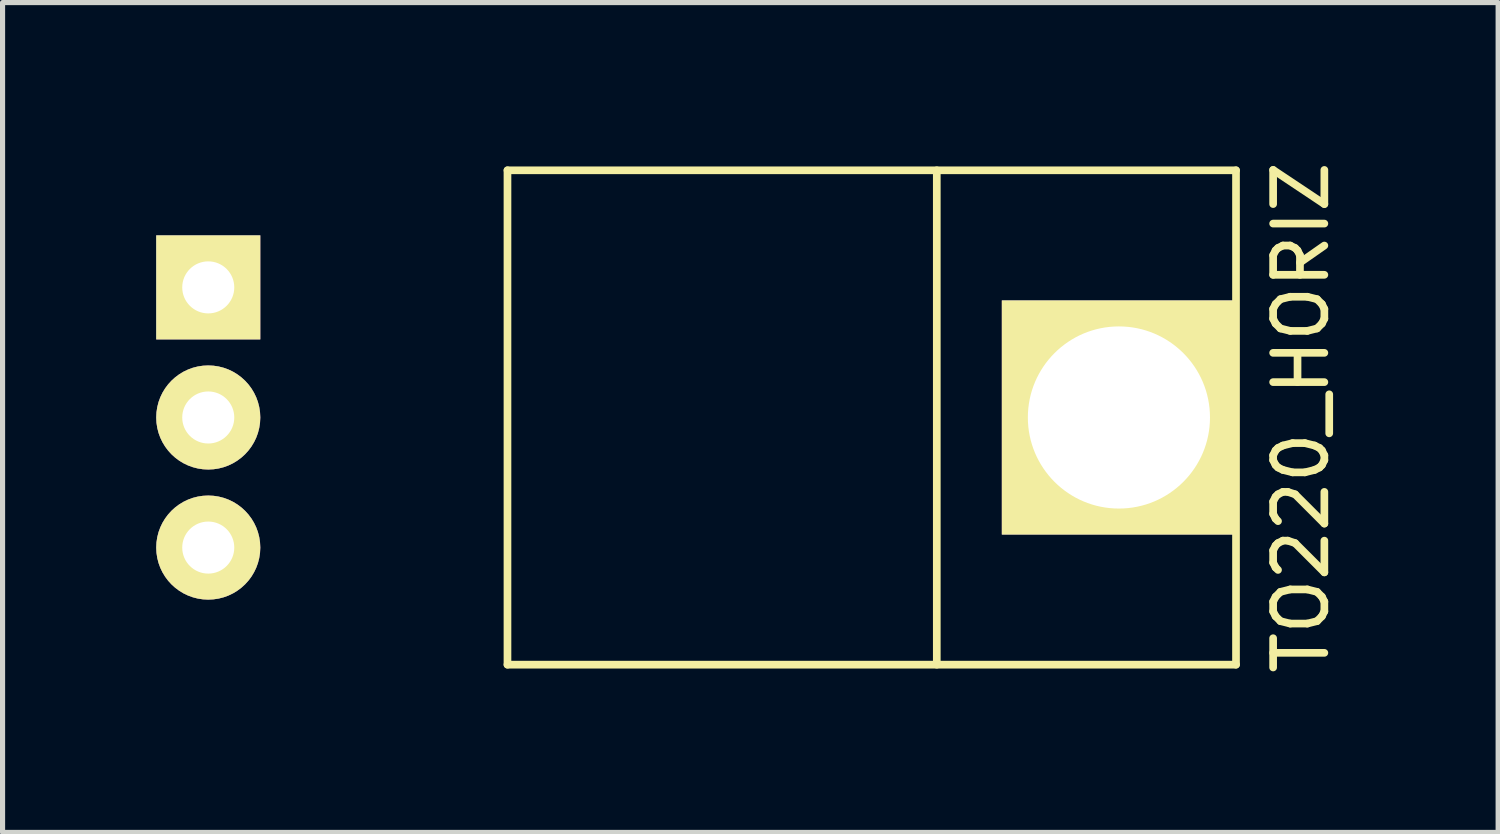
<source format=kicad_pcb>
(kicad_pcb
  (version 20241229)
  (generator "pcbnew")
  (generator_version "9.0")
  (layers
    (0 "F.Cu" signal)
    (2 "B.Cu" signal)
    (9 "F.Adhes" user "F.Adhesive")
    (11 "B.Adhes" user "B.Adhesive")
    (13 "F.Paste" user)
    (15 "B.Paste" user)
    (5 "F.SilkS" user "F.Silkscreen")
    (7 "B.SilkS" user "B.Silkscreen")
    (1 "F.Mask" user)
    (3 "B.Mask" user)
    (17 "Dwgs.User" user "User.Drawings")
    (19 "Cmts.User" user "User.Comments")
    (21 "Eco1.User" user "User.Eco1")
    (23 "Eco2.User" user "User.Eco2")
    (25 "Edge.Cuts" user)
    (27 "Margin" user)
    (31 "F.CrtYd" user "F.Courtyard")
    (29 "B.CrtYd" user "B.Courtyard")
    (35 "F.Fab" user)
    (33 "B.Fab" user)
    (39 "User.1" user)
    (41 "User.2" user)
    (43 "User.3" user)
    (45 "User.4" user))
  (footprint "TO220_HORIZ"
    (layer "F.Cu")
    (at 1.016 5.101)
    (property "Reference" "TO220_HORIZ" (at 21.336 0 90) (layer "F.SilkS") (effects (font (size 1 1) (thickness 0.15))))
    (attr through_hole)
    (fp_line (start 5.842 -4.826) (end 5.842 4.826) (stroke (width 0.15) (type solid)) (layer "F.SilkS"))
    (fp_line (start 5.842 4.826) (end 20.066 4.826) (stroke (width 0.15) (type solid)) (layer "F.SilkS"))
    (fp_line (start 14.224 -4.826) (end 14.224 4.826) (stroke (width 0.15) (type solid)) (layer "F.SilkS"))
    (fp_line (start 20.066 -4.826) (end 5.842 -4.826) (stroke (width 0.15) (type solid)) (layer "F.SilkS"))
    (fp_line (start 20.066 4.826) (end 20.066 -4.826) (stroke (width 0.15) (type solid)) (layer "F.SilkS"))
    (pad "" thru_hole rect (at 17.78 0) (size 4.572 4.572) (drill 3.556) (layers "*.Cu" "*.Mask" "F.SilkS"))
    (pad "1" thru_hole rect (at 0 -2.54) (size 2.032 2.032) (drill 1.016) (layers "*.Cu" "*.Mask" "F.SilkS"))
    (pad "2" thru_hole circle (at 0 0) (size 2.032 2.032) (drill 1.016) (layers "*.Cu" "*.Mask" "F.SilkS"))
    (pad "3" thru_hole circle (at 0 2.54) (size 2.032 2.032) (drill 1.016) (layers "*.Cu" "*.Mask" "F.SilkS")))
  (gr_rect
    (start -3 -3)
    (end 26.2 13.202)
    (stroke (width 0.1) (type default))
    (fill no)
    (layer "Edge.Cuts")))
</source>
